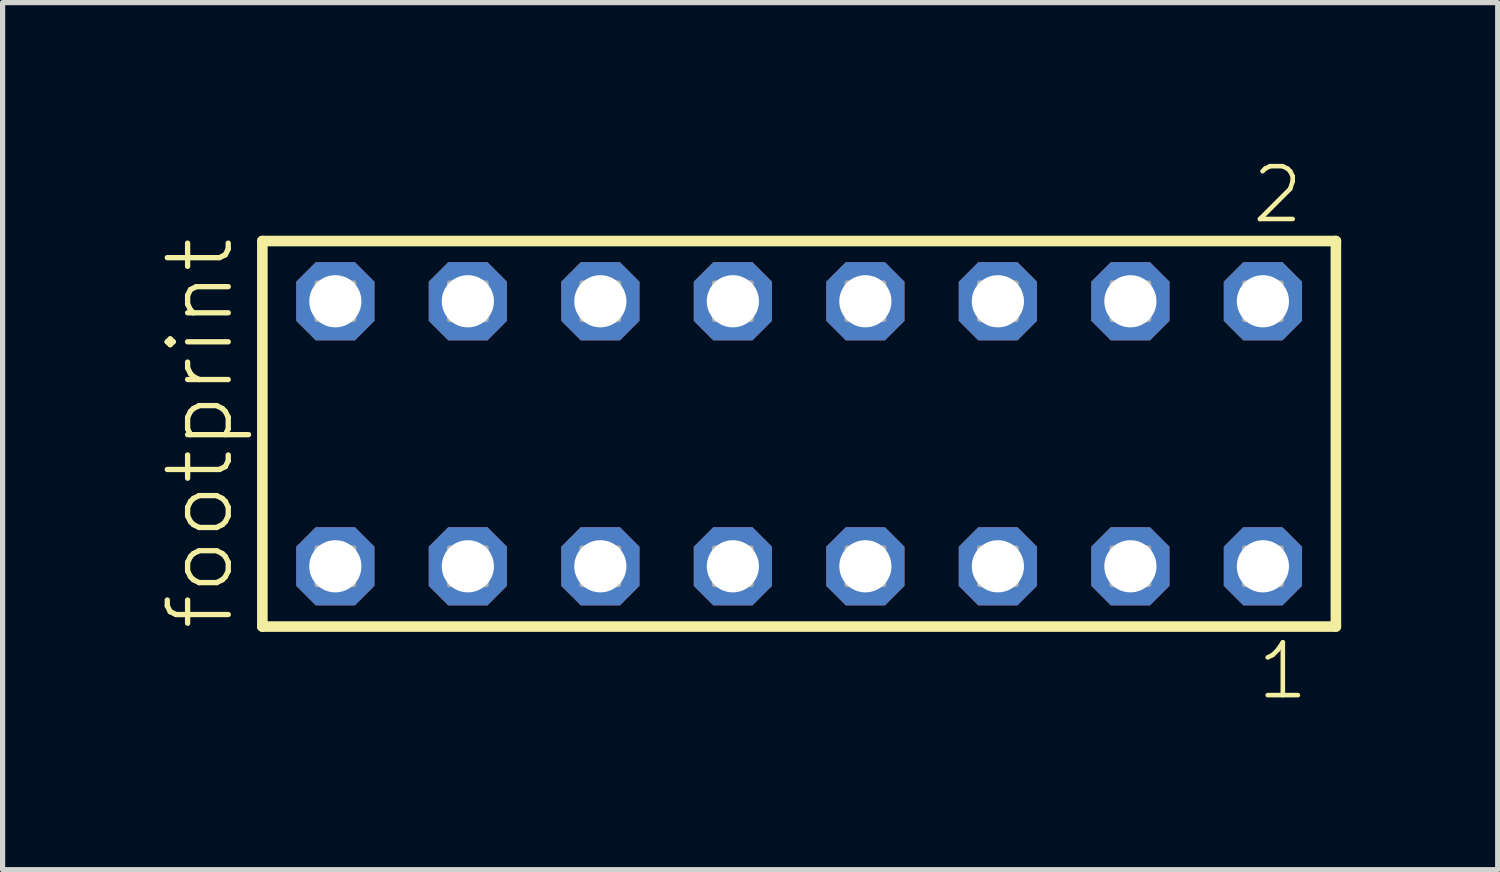
<source format=kicad_pcb>
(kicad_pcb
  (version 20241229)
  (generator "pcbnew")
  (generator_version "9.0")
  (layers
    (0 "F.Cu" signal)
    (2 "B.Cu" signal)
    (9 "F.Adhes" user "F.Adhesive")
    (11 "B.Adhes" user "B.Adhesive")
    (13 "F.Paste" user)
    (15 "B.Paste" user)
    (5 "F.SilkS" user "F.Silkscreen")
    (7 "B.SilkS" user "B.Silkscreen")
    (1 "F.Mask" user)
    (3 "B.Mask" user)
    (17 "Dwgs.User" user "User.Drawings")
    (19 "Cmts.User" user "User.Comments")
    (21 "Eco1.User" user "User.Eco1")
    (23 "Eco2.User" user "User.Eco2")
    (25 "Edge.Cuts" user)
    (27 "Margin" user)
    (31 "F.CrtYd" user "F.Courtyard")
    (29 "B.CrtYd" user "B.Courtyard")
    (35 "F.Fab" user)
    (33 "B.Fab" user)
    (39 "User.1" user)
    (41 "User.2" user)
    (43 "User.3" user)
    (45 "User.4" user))
  (footprint "footprint"
    (layer "F.Cu")
    (at 12.268 5.265)
    (property "Reference" "footprint" (at -10.795 3.81 90) (layer "F.SilkS") (effects (font (size 1.168 1.168) (thickness 0.102)) (justify left bottom)))
    (fp_line (start -10.289 -3.695) (end 10.289 -3.695) (stroke (width 0.203) (type solid)) (layer "F.SilkS"))
    (fp_line (start -10.289 3.695) (end -10.289 -3.695) (stroke (width 0.203) (type solid)) (layer "F.SilkS"))
    (fp_line (start 10.289 -3.695) (end 10.289 3.695) (stroke (width 0.203) (type solid)) (layer "F.SilkS"))
    (fp_line (start 10.289 3.695) (end -10.289 3.695) (stroke (width 0.203) (type solid)) (layer "F.SilkS"))
    (fp_poly (pts (xy -9.24 -2.19) (xy -8.54 -2.19) (xy -8.54 -2.89) (xy -9.24 -2.89)) (stroke (width 0.1) (type solid)) (fill no) (layer "F.Fab"))
    (fp_poly (pts (xy -9.24 2.89) (xy -8.54 2.89) (xy -8.54 2.19) (xy -9.24 2.19)) (stroke (width 0.1) (type solid)) (fill no) (layer "F.Fab"))
    (fp_poly (pts (xy -6.7 -2.19) (xy -6 -2.19) (xy -6 -2.89) (xy -6.7 -2.89)) (stroke (width 0.1) (type solid)) (fill no) (layer "F.Fab"))
    (fp_poly (pts (xy -6.7 2.89) (xy -6 2.89) (xy -6 2.19) (xy -6.7 2.19)) (stroke (width 0.1) (type solid)) (fill no) (layer "F.Fab"))
    (fp_poly (pts (xy -4.16 -2.19) (xy -3.46 -2.19) (xy -3.46 -2.89) (xy -4.16 -2.89)) (stroke (width 0.1) (type solid)) (fill no) (layer "F.Fab"))
    (fp_poly (pts (xy -4.16 2.89) (xy -3.46 2.89) (xy -3.46 2.19) (xy -4.16 2.19)) (stroke (width 0.1) (type solid)) (fill no) (layer "F.Fab"))
    (fp_poly (pts (xy -1.62 -2.19) (xy -0.92 -2.19) (xy -0.92 -2.89) (xy -1.62 -2.89)) (stroke (width 0.1) (type solid)) (fill no) (layer "F.Fab"))
    (fp_poly (pts (xy -1.62 2.89) (xy -0.92 2.89) (xy -0.92 2.19) (xy -1.62 2.19)) (stroke (width 0.1) (type solid)) (fill no) (layer "F.Fab"))
    (fp_poly (pts (xy 0.92 -2.19) (xy 1.62 -2.19) (xy 1.62 -2.89) (xy 0.92 -2.89)) (stroke (width 0.1) (type solid)) (fill no) (layer "F.Fab"))
    (fp_poly (pts (xy 0.92 2.89) (xy 1.62 2.89) (xy 1.62 2.19) (xy 0.92 2.19)) (stroke (width 0.1) (type solid)) (fill no) (layer "F.Fab"))
    (fp_poly (pts (xy 3.46 -2.19) (xy 4.16 -2.19) (xy 4.16 -2.89) (xy 3.46 -2.89)) (stroke (width 0.1) (type solid)) (fill no) (layer "F.Fab"))
    (fp_poly (pts (xy 3.46 2.89) (xy 4.16 2.89) (xy 4.16 2.19) (xy 3.46 2.19)) (stroke (width 0.1) (type solid)) (fill no) (layer "F.Fab"))
    (fp_poly (pts (xy 6 -2.19) (xy 6.7 -2.19) (xy 6.7 -2.89) (xy 6 -2.89)) (stroke (width 0.1) (type solid)) (fill no) (layer "F.Fab"))
    (fp_poly (pts (xy 6 2.89) (xy 6.7 2.89) (xy 6.7 2.19) (xy 6 2.19)) (stroke (width 0.1) (type solid)) (fill no) (layer "F.Fab"))
    (fp_poly (pts (xy 8.54 -2.19) (xy 9.24 -2.19) (xy 9.24 -2.89) (xy 8.54 -2.89)) (stroke (width 0.1) (type solid)) (fill no) (layer "F.Fab"))
    (fp_poly (pts (xy 8.54 2.89) (xy 9.24 2.89) (xy 9.24 2.19) (xy 8.54 2.19)) (stroke (width 0.1) (type solid)) (fill no) (layer "F.Fab"))
    (fp_text user "1" (at 8.732 5.138 0) (layer "F.SilkS") (effects (font (size 1.012 1.012) (thickness 0.088)) (justify left bottom)))
    (fp_text user "2" (at 8.632 -3.989 0) (layer "F.SilkS") (effects (font (size 1.012 1.012) (thickness 0.088)) (justify left bottom)))
    (pad "1" thru_hole roundrect (at 8.89 2.54 180) (size 1.5 1.5) (drill 1) (layers "*.Cu" "*.Mask") (roundrect_rratio 0.25) (chamfer_ratio 0.25) (chamfer top_left top_right bottom_left bottom_right))
    (pad "2" thru_hole roundrect (at 8.89 -2.54 180) (size 1.5 1.5) (drill 1) (layers "*.Cu" "*.Mask") (roundrect_rratio 0.25) (chamfer_ratio 0.25) (chamfer top_left top_right bottom_left bottom_right))
    (pad "3" thru_hole roundrect (at 6.35 2.54 180) (size 1.5 1.5) (drill 1) (layers "*.Cu" "*.Mask") (roundrect_rratio 0.25) (chamfer_ratio 0.25) (chamfer top_left top_right bottom_left bottom_right))
    (pad "4" thru_hole roundrect (at 6.35 -2.54 180) (size 1.5 1.5) (drill 1) (layers "*.Cu" "*.Mask") (roundrect_rratio 0.25) (chamfer_ratio 0.25) (chamfer top_left top_right bottom_left bottom_right))
    (pad "5" thru_hole roundrect (at 3.81 2.54 180) (size 1.5 1.5) (drill 1) (layers "*.Cu" "*.Mask") (roundrect_rratio 0.25) (chamfer_ratio 0.25) (chamfer top_left top_right bottom_left bottom_right))
    (pad "6" thru_hole roundrect (at 3.81 -2.54 180) (size 1.5 1.5) (drill 1) (layers "*.Cu" "*.Mask") (roundrect_rratio 0.25) (chamfer_ratio 0.25) (chamfer top_left top_right bottom_left bottom_right))
    (pad "7" thru_hole roundrect (at 1.27 2.54 180) (size 1.5 1.5) (drill 1) (layers "*.Cu" "*.Mask") (roundrect_rratio 0.25) (chamfer_ratio 0.25) (chamfer top_left top_right bottom_left bottom_right))
    (pad "8" thru_hole roundrect (at 1.27 -2.54 180) (size 1.5 1.5) (drill 1) (layers "*.Cu" "*.Mask") (roundrect_rratio 0.25) (chamfer_ratio 0.25) (chamfer top_left top_right bottom_left bottom_right))
    (pad "9" thru_hole roundrect (at -1.27 2.54 180) (size 1.5 1.5) (drill 1) (layers "*.Cu" "*.Mask") (roundrect_rratio 0.25) (chamfer_ratio 0.25) (chamfer top_left top_right bottom_left bottom_right))
    (pad "10" thru_hole roundrect (at -1.27 -2.54 180) (size 1.5 1.5) (drill 1) (layers "*.Cu" "*.Mask") (roundrect_rratio 0.25) (chamfer_ratio 0.25) (chamfer top_left top_right bottom_left bottom_right))
    (pad "11" thru_hole roundrect (at -3.81 2.54 180) (size 1.5 1.5) (drill 1) (layers "*.Cu" "*.Mask") (roundrect_rratio 0.25) (chamfer_ratio 0.25) (chamfer top_left top_right bottom_left bottom_right))
    (pad "12" thru_hole roundrect (at -3.81 -2.54 180) (size 1.5 1.5) (drill 1) (layers "*.Cu" "*.Mask") (roundrect_rratio 0.25) (chamfer_ratio 0.25) (chamfer top_left top_right bottom_left bottom_right))
    (pad "13" thru_hole roundrect (at -6.35 2.54 180) (size 1.5 1.5) (drill 1) (layers "*.Cu" "*.Mask") (roundrect_rratio 0.25) (chamfer_ratio 0.25) (chamfer top_left top_right bottom_left bottom_right))
    (pad "14" thru_hole roundrect (at -6.35 -2.54 180) (size 1.5 1.5) (drill 1) (layers "*.Cu" "*.Mask") (roundrect_rratio 0.25) (chamfer_ratio 0.25) (chamfer top_left top_right bottom_left bottom_right))
    (pad "15" thru_hole roundrect (at -8.89 2.54 180) (size 1.5 1.5) (drill 1) (layers "*.Cu" "*.Mask") (roundrect_rratio 0.25) (chamfer_ratio 0.25) (chamfer top_left top_right bottom_left bottom_right))
    (pad "16" thru_hole roundrect (at -8.89 -2.54 180) (size 1.5 1.5) (drill 1) (layers "*.Cu" "*.Mask") (roundrect_rratio 0.25) (chamfer_ratio 0.25) (chamfer top_left top_right bottom_left bottom_right)))
  (gr_rect
    (start -3 -3)
    (end 25.659 13.62)
    (stroke (width 0.1) (type default))
    (fill no)
    (layer "Edge.Cuts")))
</source>
